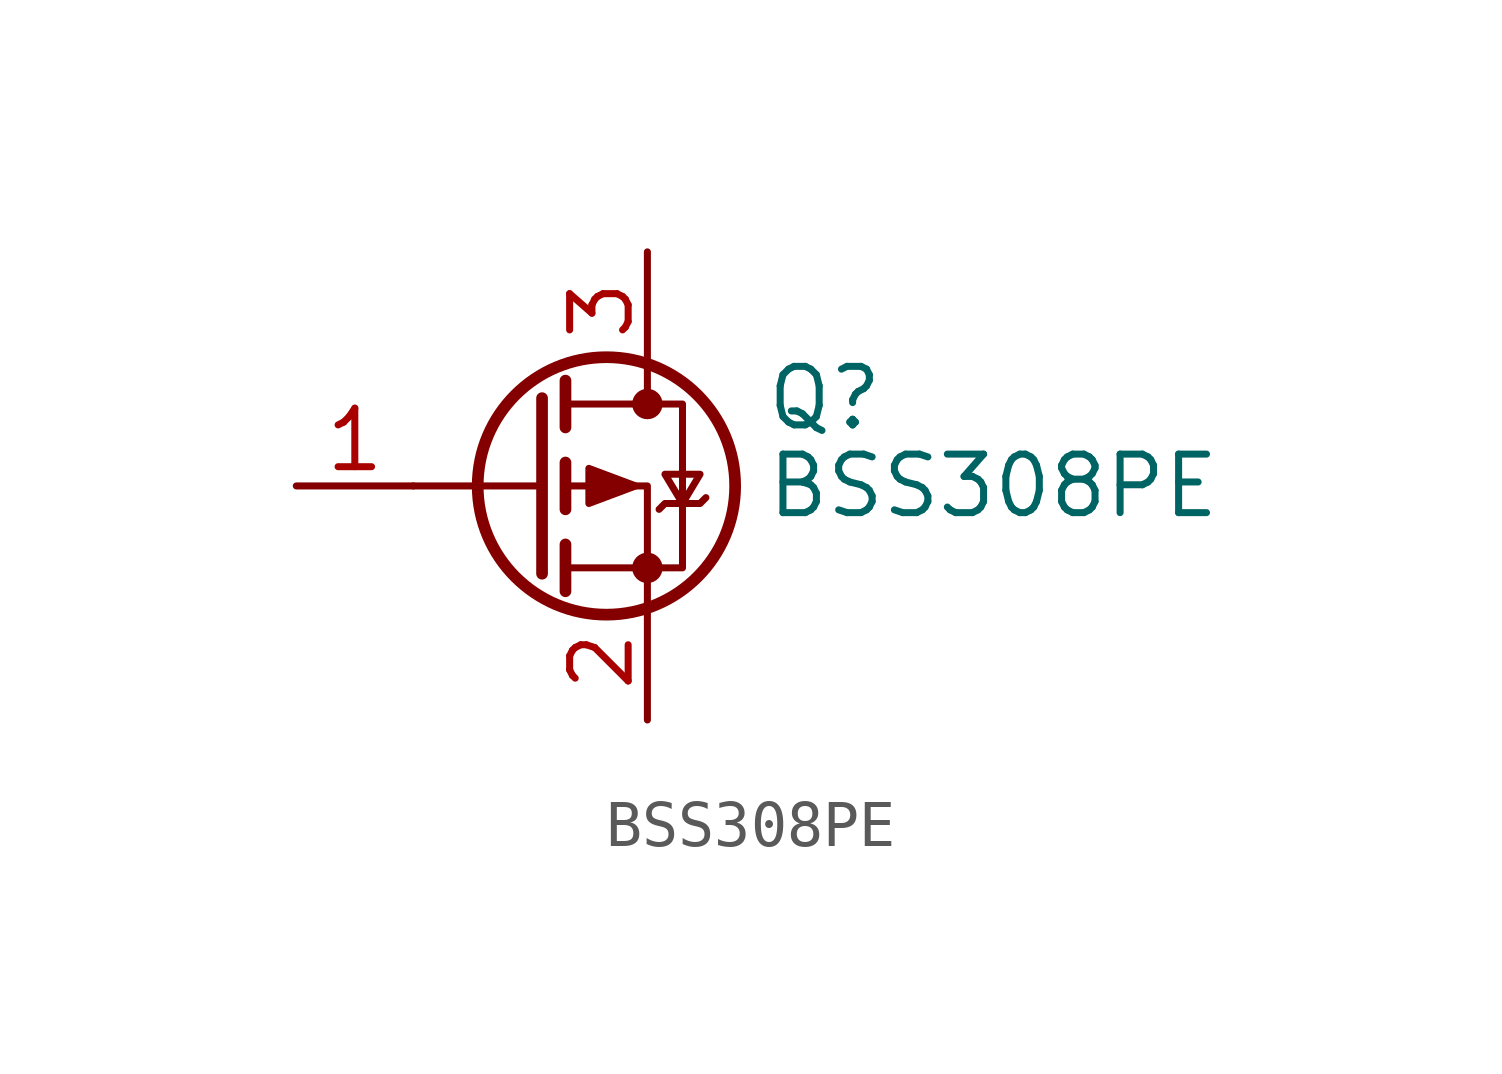
<source format=kicad_sym>
(kicad_symbol_lib
  (version 20211014)
  (generator kicad_symbol_editor)
  (symbol "BSS308PE"
    (pin_names hide)
    (property "Reference" "Q"
      (at 5.08 1.905 0)
      (effects (font (size 1.27 1.27)) (justify left)))
    (property "Value" "BSS308PE"
      (at 5.08 0 0)
      (effects (font (size 1.27 1.27)) (justify left)))
    (symbol "BSS308PE_0_1"
      (polyline (pts (xy 0.254 0) (xy -2.54 0)) (stroke (width 0) (type default) (color 0 0 0 0)) (fill (type none)))
      (polyline (pts (xy 0.254 1.905) (xy 0.254 -1.905)) (stroke (width 0.254) (type default) (color 0 0 0 0)) (fill (type none)))
      (polyline (pts (xy 0.762 -1.27) (xy 0.762 -2.286)) (stroke (width 0.254) (type default) (color 0 0 0 0)) (fill (type none)))
      (polyline (pts (xy 0.762 0.508) (xy 0.762 -0.508)) (stroke (width 0.254) (type default) (color 0 0 0 0)) (fill (type none)))
      (polyline (pts (xy 0.762 2.286) (xy 0.762 1.27)) (stroke (width 0.254) (type default) (color 0 0 0 0)) (fill (type none)))
      (polyline (pts (xy 2.54 2.54) (xy 2.54 1.778)) (stroke (width 0) (type default) (color 0 0 0 0)) (fill (type none)))
      (polyline (pts (xy 2.54 -2.54) (xy 2.54 0) (xy 0.762 0)) (stroke (width 0) (type default) (color 0 0 0 0)) (fill (type none)))
      (polyline (pts (xy 0.762 1.778) (xy 3.302 1.778) (xy 3.302 -1.778) (xy 0.762 -1.778)) (stroke (width 0) (type default) (color 0 0 0 0)) (fill (type none)))
      (polyline (pts (xy 2.286 0) (xy 1.27 0.381) (xy 1.27 -0.381) (xy 2.286 0)) (stroke (width 0) (type default) (color 0 0 0 0)) (fill (type outline)))
      (polyline (pts (xy 2.794 -0.508) (xy 2.921 -0.381) (xy 3.683 -0.381) (xy 3.81 -0.254)) (stroke (width 0) (type default) (color 0 0 0 0)) (fill (type none)))
      (polyline (pts (xy 3.302 -0.381) (xy 2.921 0.254) (xy 3.683 0.254) (xy 3.302 -0.381)) (stroke (width 0) (type default) (color 0 0 0 0)) (fill (type none)))
      (circle (center 1.651 0) (radius 2.794) (stroke (width 0.254) (type default) (color 0 0 0 0)) (fill (type none)))
      (circle (center 2.54 -1.778) (radius 0.254) (stroke (width 0) (type default) (color 0 0 0 0)) (fill (type outline)))
      (circle (center 2.54 1.778) (radius 0.254) (stroke (width 0) (type default) (color 0 0 0 0)) (fill (type outline))))
    (symbol "BSS308PE_1_1"
      (pin input line (at -5.08 0 0) (length 2.54) (name "G" (effects (font (size 1.27 1.27)))) (number "1" (effects (font (size 1.27 1.27)))))
      (pin passive line (at 2.54 -5.08 90) (length 2.54) (name "S" (effects (font (size 1.27 1.27)))) (number "2" (effects (font (size 1.27 1.27)))))
      (pin passive line (at 2.54 5.08 270) (length 2.54) (name "D" (effects (font (size 1.27 1.27)))) (number "3" (effects (font (size 1.27 1.27))))))))
</source>
